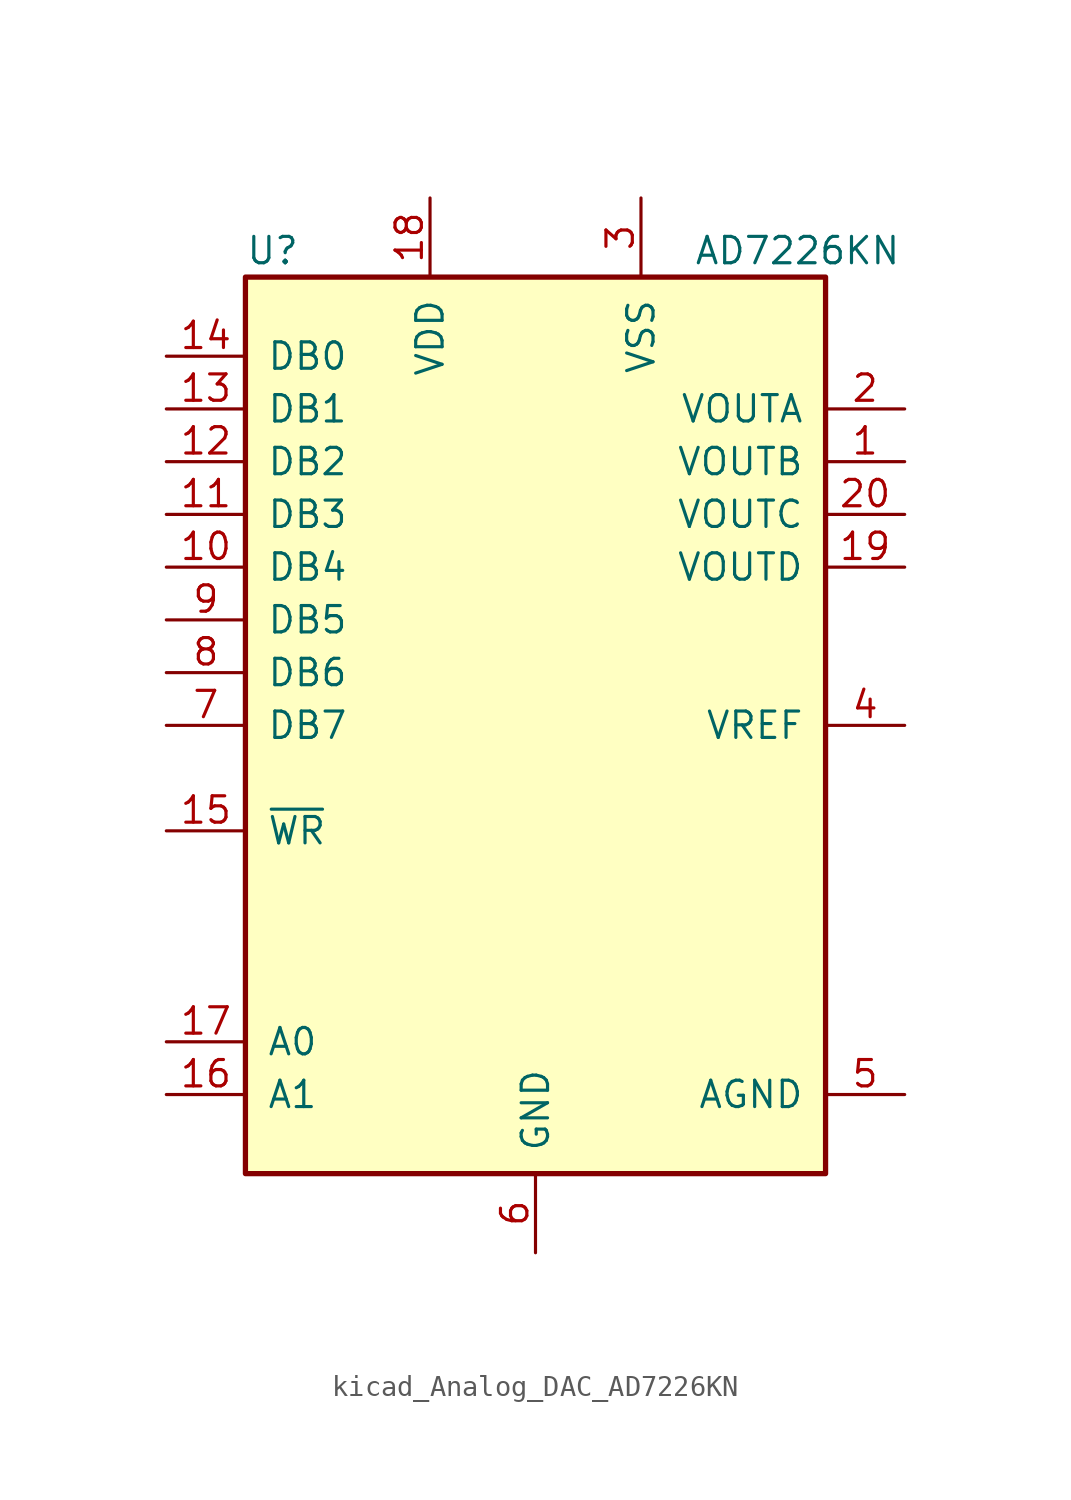
<source format=kicad_sym>
(kicad_symbol_lib
  (version 20220914)
  (generator kicad_symbol_editor)
  (symbol "kicad_Analog_DAC_AD7226KN"
    (pin_names
      (offset 1.016))
    (property "Reference" "U"
      (at -13.97 22.86 0)
      (effects (font (size 1.27 1.27)) (justify left)))
    (property "Value" "AD7226KN"
      (at 7.62 22.86 0)
      (effects (font (size 1.27 1.27)) (justify left)))
    (symbol "kicad_Analog_DAC_AD7226KN_0_1"
      (rectangle (start -13.97 -21.59) (end 13.97 21.59) (stroke (width 0.254) (type default)) (fill (type background))))
    (symbol "kicad_Analog_DAC_AD7226KN_1_1"
      (pin output line (at 17.78 12.7 180) (length 3.81) (name "VOUTB" (effects (font (size 1.27 1.27)))) (number "1" (effects (font (size 1.27 1.27)))))
      (pin input line (at -17.78 7.62 0) (length 3.81) (name "DB4" (effects (font (size 1.27 1.27)))) (number "10" (effects (font (size 1.27 1.27)))))
      (pin input line (at -17.78 10.16 0) (length 3.81) (name "DB3" (effects (font (size 1.27 1.27)))) (number "11" (effects (font (size 1.27 1.27)))))
      (pin input line (at -17.78 12.7 0) (length 3.81) (name "DB2" (effects (font (size 1.27 1.27)))) (number "12" (effects (font (size 1.27 1.27)))))
      (pin input line (at -17.78 15.24 0) (length 3.81) (name "DB1" (effects (font (size 1.27 1.27)))) (number "13" (effects (font (size 1.27 1.27)))))
      (pin input line (at -17.78 17.78 0) (length 3.81) (name "DB0" (effects (font (size 1.27 1.27)))) (number "14" (effects (font (size 1.27 1.27)))))
      (pin input line (at -17.78 -5.08 0) (length 3.81) (name "~{WR}" (effects (font (size 1.27 1.27)))) (number "15" (effects (font (size 1.27 1.27)))))
      (pin input line (at -17.78 -17.78 0) (length 3.81) (name "A1" (effects (font (size 1.27 1.27)))) (number "16" (effects (font (size 1.27 1.27)))))
      (pin input line (at -17.78 -15.24 0) (length 3.81) (name "A0" (effects (font (size 1.27 1.27)))) (number "17" (effects (font (size 1.27 1.27)))))
      (pin power_in line (at -5.08 25.4 270) (length 3.81) (name "VDD" (effects (font (size 1.27 1.27)))) (number "18" (effects (font (size 1.27 1.27)))))
      (pin output line (at 17.78 7.62 180) (length 3.81) (name "VOUTD" (effects (font (size 1.27 1.27)))) (number "19" (effects (font (size 1.27 1.27)))))
      (pin output line (at 17.78 15.24 180) (length 3.81) (name "VOUTA" (effects (font (size 1.27 1.27)))) (number "2" (effects (font (size 1.27 1.27)))))
      (pin output line (at 17.78 10.16 180) (length 3.81) (name "VOUTC" (effects (font (size 1.27 1.27)))) (number "20" (effects (font (size 1.27 1.27)))))
      (pin power_in line (at 5.08 25.4 270) (length 3.81) (name "VSS" (effects (font (size 1.27 1.27)))) (number "3" (effects (font (size 1.27 1.27)))))
      (pin input line (at 17.78 0 180) (length 3.81) (name "VREF" (effects (font (size 1.27 1.27)))) (number "4" (effects (font (size 1.27 1.27)))))
      (pin input line (at 17.78 -17.78 180) (length 3.81) (name "AGND" (effects (font (size 1.27 1.27)))) (number "5" (effects (font (size 1.27 1.27)))))
      (pin power_in line (at 0 -25.4 90) (length 3.81) (name "GND" (effects (font (size 1.27 1.27)))) (number "6" (effects (font (size 1.27 1.27)))))
      (pin input line (at -17.78 0 0) (length 3.81) (name "DB7" (effects (font (size 1.27 1.27)))) (number "7" (effects (font (size 1.27 1.27)))))
      (pin input line (at -17.78 2.54 0) (length 3.81) (name "DB6" (effects (font (size 1.27 1.27)))) (number "8" (effects (font (size 1.27 1.27)))))
      (pin input line (at -17.78 5.08 0) (length 3.81) (name "DB5" (effects (font (size 1.27 1.27)))) (number "9" (effects (font (size 1.27 1.27))))))))
</source>
